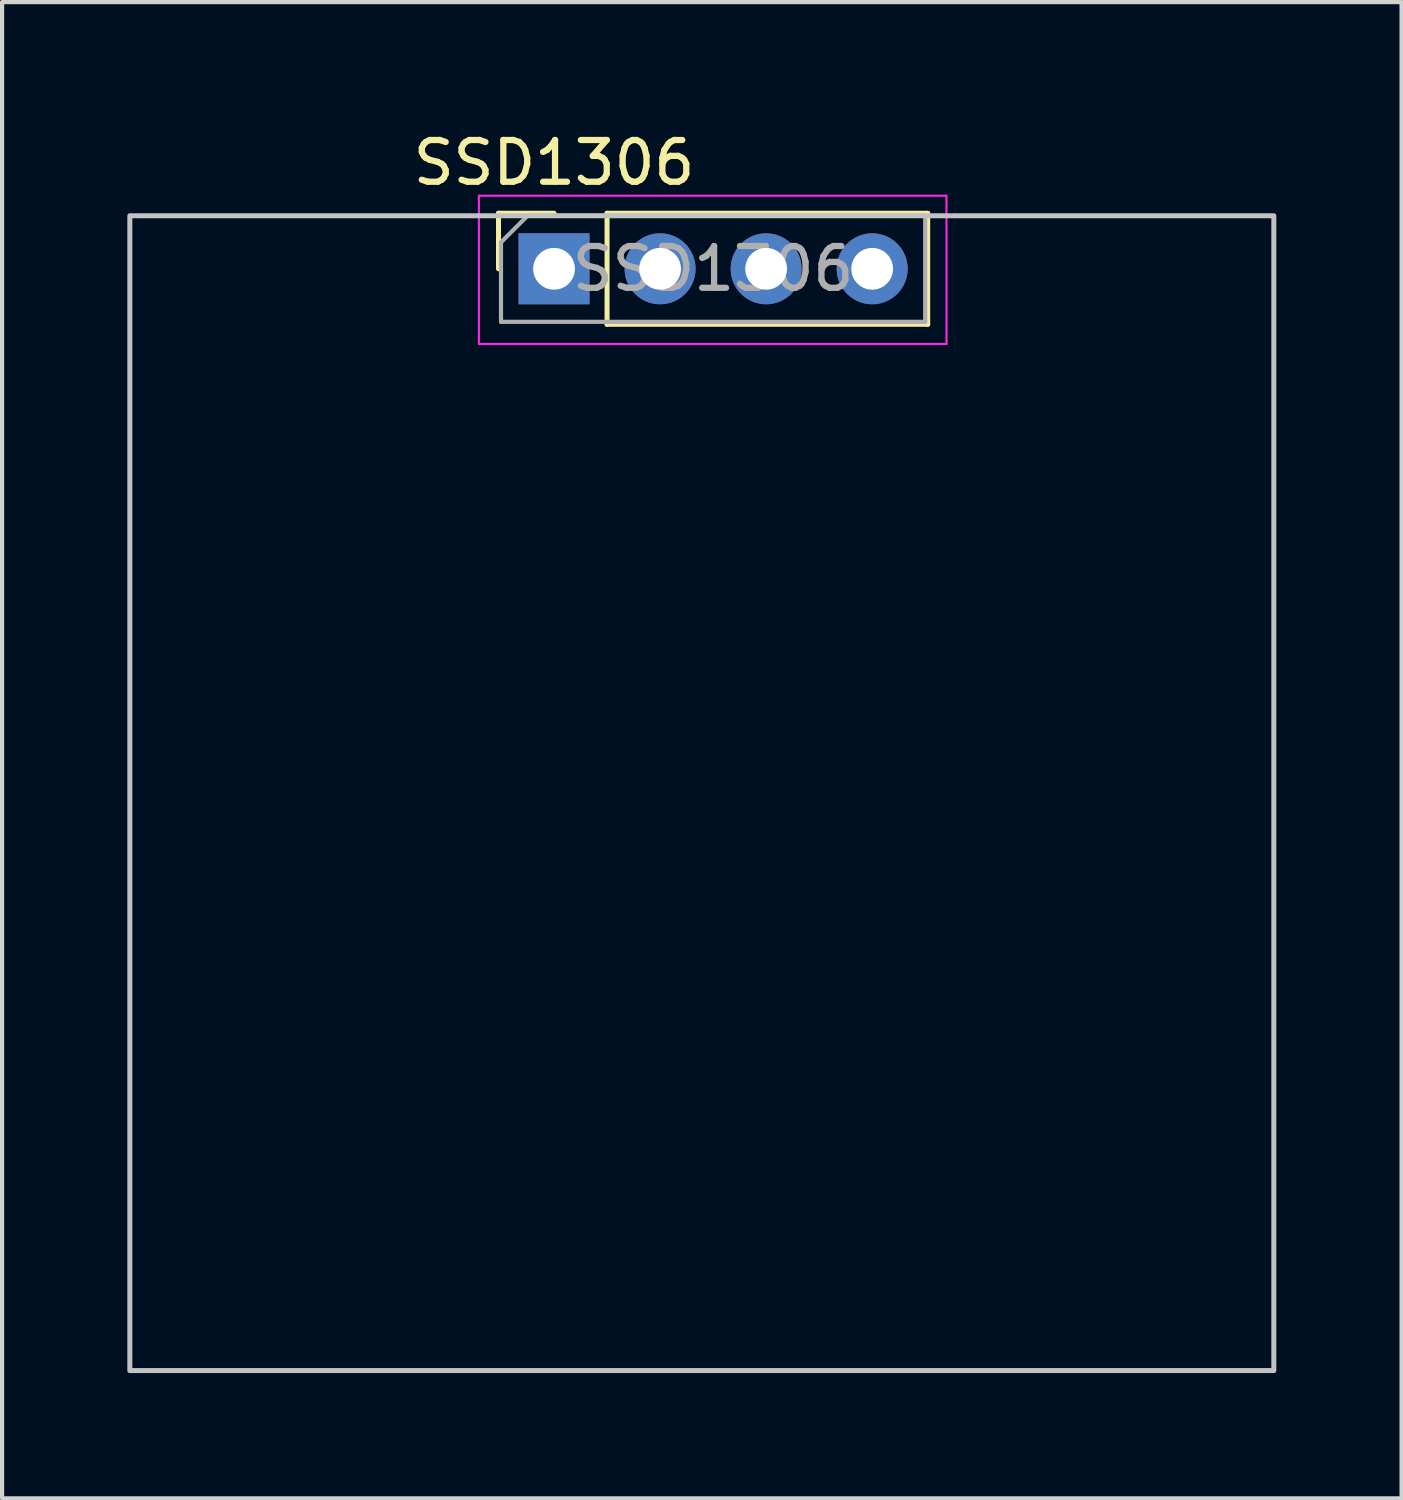
<source format=kicad_pcb>
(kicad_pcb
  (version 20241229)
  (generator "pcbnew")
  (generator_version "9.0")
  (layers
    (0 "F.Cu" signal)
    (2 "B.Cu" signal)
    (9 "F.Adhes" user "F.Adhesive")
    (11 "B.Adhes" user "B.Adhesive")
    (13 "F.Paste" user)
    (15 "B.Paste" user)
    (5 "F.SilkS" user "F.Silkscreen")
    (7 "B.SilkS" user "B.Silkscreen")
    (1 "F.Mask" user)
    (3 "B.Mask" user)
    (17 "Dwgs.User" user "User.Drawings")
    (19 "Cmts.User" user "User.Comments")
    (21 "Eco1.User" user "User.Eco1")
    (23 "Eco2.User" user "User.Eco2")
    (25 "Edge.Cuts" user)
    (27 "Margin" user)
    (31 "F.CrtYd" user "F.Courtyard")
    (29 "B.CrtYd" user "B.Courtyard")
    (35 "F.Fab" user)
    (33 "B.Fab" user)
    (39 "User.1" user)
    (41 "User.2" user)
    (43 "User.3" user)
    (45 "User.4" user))
  (footprint "SSD1306"
    (layer "F.Cu")
    (at 10.22 3.388)
    (property "Reference" "SSD1306" (at 0 -2.54 180) (layer "F.SilkS") (effects (font (size 1 1) (thickness 0.15))))
    (attr through_hole)
    (fp_line (start -1.33 -1.33) (end 0 -1.33) (stroke (width 0.12) (type solid)) (layer "F.SilkS"))
    (fp_line (start -1.33 0) (end -1.33 -1.33) (stroke (width 0.12) (type solid)) (layer "F.SilkS"))
    (fp_line (start 1.27 -1.33) (end 8.95 -1.33) (stroke (width 0.12) (type solid)) (layer "F.SilkS"))
    (fp_line (start 1.27 1.33) (end 1.27 -1.33) (stroke (width 0.12) (type solid)) (layer "F.SilkS"))
    (fp_line (start 1.27 1.33) (end 8.95 1.33) (stroke (width 0.12) (type solid)) (layer "F.SilkS"))
    (fp_line (start 8.95 1.33) (end 8.95 -1.33) (stroke (width 0.12) (type solid)) (layer "F.SilkS"))
    (fp_rect (start -10.16 -1.27) (end 17.24 26.39) (stroke (width 0.12) (type solid)) (fill no) (layer "Dwgs.User"))
    (fp_line (start -1.8 -1.75) (end 9.4 -1.75) (stroke (width 0.05) (type solid)) (layer "F.CrtYd"))
    (fp_line (start -1.8 1.8) (end -1.8 -1.75) (stroke (width 0.05) (type solid)) (layer "F.CrtYd"))
    (fp_line (start 9.4 -1.75) (end 9.4 1.8) (stroke (width 0.05) (type solid)) (layer "F.CrtYd"))
    (fp_line (start 9.4 1.8) (end -1.8 1.8) (stroke (width 0.05) (type solid)) (layer "F.CrtYd"))
    (fp_line (start -1.27 -0.635) (end -0.635 -1.27) (stroke (width 0.1) (type solid)) (layer "F.Fab"))
    (fp_line (start -1.27 1.27) (end -1.27 -0.635) (stroke (width 0.1) (type solid)) (layer "F.Fab"))
    (fp_line (start -0.635 -1.27) (end 8.89 -1.27) (stroke (width 0.1) (type solid)) (layer "F.Fab"))
    (fp_line (start 8.89 -1.27) (end 8.89 1.27) (stroke (width 0.1) (type solid)) (layer "F.Fab"))
    (fp_line (start 8.89 1.27) (end -1.27 1.27) (stroke (width 0.1) (type solid)) (layer "F.Fab"))
    (fp_text user "${REFERENCE}" (at 3.81 0 180) (layer "F.Fab") (effects (font (size 1 1) (thickness 0.15))))
    (pad "1" thru_hole rect (at 0 0 90) (size 1.7 1.7) (drill 1) (layers "*.Cu" "*.Mask"))
    (pad "2" thru_hole oval (at 2.54 0 90) (size 1.7 1.7) (drill 1) (layers "*.Cu" "*.Mask"))
    (pad "3" thru_hole oval (at 5.08 0 90) (size 1.7 1.7) (drill 1) (layers "*.Cu" "*.Mask"))
    (pad "4" thru_hole oval (at 7.62 0 90) (size 1.7 1.7) (drill 1) (layers "*.Cu" "*.Mask")))
  (gr_rect
    (start -3 -3)
    (end 30.52 32.838)
    (stroke (width 0.1) (type default))
    (fill no)
    (layer "Edge.Cuts")))
</source>
